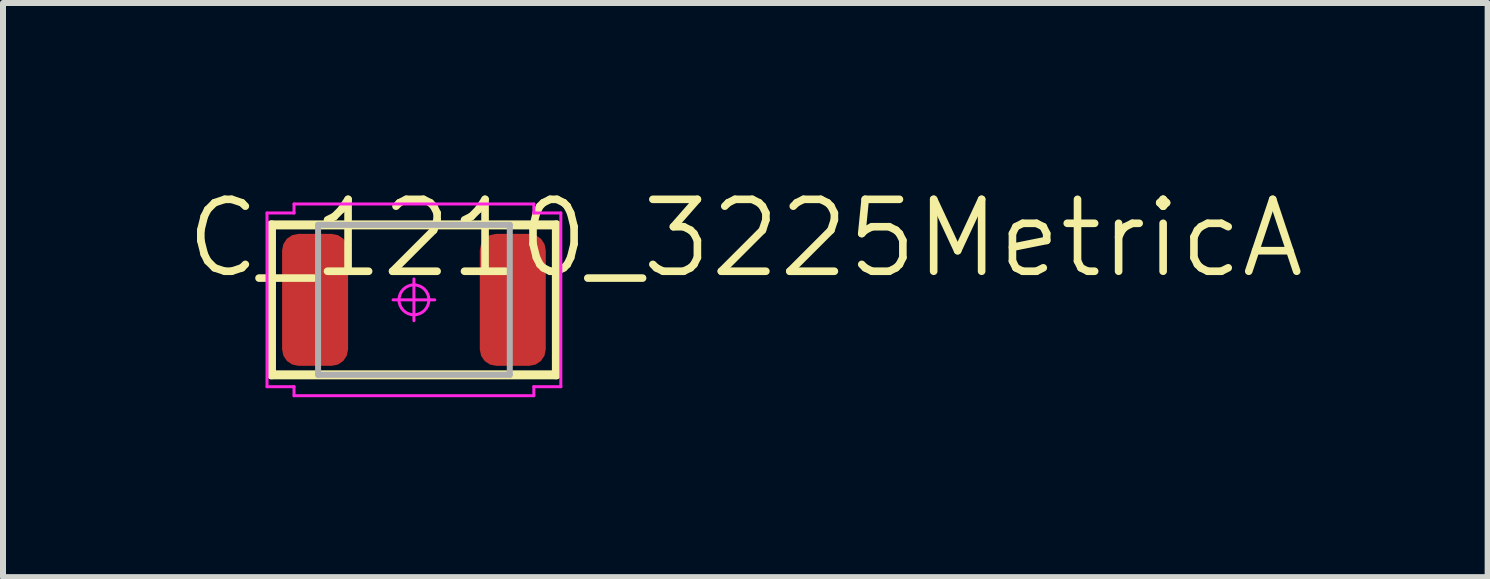
<source format=kicad_pcb>
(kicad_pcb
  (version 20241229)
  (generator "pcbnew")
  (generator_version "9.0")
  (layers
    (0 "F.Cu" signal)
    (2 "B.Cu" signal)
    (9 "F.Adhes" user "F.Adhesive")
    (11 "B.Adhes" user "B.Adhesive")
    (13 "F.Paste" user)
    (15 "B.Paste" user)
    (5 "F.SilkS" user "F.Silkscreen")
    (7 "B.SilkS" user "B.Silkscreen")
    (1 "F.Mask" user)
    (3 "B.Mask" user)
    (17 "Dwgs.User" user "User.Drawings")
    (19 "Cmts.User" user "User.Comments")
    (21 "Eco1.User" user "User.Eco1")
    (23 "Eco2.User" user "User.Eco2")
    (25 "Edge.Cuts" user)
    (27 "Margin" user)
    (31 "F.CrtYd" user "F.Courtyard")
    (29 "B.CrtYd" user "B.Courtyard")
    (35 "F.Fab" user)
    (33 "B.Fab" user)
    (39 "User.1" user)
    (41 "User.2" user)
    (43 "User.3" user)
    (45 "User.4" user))
  (footprint "C_1210_3225MetricA"
    (layer "F.Cu")
    (at 3.851 1.949)
    (property "Reference" "C_1210_3225MetricA" (at 5.525 -1.025 0) (layer "F.SilkS") (effects (font (size 1.199 1.199) (thickness 0.127))))
    (attr smd)
    (fp_line (start -2.375 -1.25) (end -2.375 1.25) (stroke (width 0.15) (type solid)) (layer "F.SilkS"))
    (fp_line (start -2.375 -1.25) (end 2.375 -1.25) (stroke (width 0.15) (type solid)) (layer "F.SilkS"))
    (fp_line (start 2.375 1.25) (end -2.375 1.25) (stroke (width 0.15) (type solid)) (layer "F.SilkS"))
    (fp_line (start 2.375 1.25) (end 2.375 -1.25) (stroke (width 0.15) (type solid)) (layer "F.SilkS"))
    (fp_line (start -2.449 -1.448) (end -2.449 1.448) (stroke (width 0.05) (type solid)) (layer "F.CrtYd"))
    (fp_line (start -2.449 1.448) (end -1.999 1.448) (stroke (width 0.05) (type solid)) (layer "F.CrtYd"))
    (fp_line (start -1.999 -1.598) (end -1.999 -1.448) (stroke (width 0.05) (type solid)) (layer "F.CrtYd"))
    (fp_line (start -1.999 -1.448) (end -2.449 -1.448) (stroke (width 0.05) (type solid)) (layer "F.CrtYd"))
    (fp_line (start -1.999 1.448) (end -1.999 1.598) (stroke (width 0.05) (type solid)) (layer "F.CrtYd"))
    (fp_line (start -1.999 1.598) (end 1.999 1.598) (stroke (width 0.05) (type solid)) (layer "F.CrtYd"))
    (fp_line (start 0 -0.348) (end 0 0.348) (stroke (width 0.05) (type solid)) (layer "F.CrtYd"))
    (fp_line (start 0.348 0) (end -0.348 0) (stroke (width 0.05) (type solid)) (layer "F.CrtYd"))
    (fp_line (start 1.999 -1.598) (end -1.999 -1.598) (stroke (width 0.05) (type solid)) (layer "F.CrtYd"))
    (fp_line (start 1.999 -1.448) (end 1.999 -1.598) (stroke (width 0.05) (type solid)) (layer "F.CrtYd"))
    (fp_line (start 1.999 1.448) (end 2.449 1.448) (stroke (width 0.05) (type solid)) (layer "F.CrtYd"))
    (fp_line (start 1.999 1.598) (end 1.999 1.448) (stroke (width 0.05) (type solid)) (layer "F.CrtYd"))
    (fp_line (start 2.449 -1.448) (end 1.999 -1.448) (stroke (width 0.05) (type solid)) (layer "F.CrtYd"))
    (fp_line (start 2.449 1.448) (end 2.449 -1.448) (stroke (width 0.05) (type solid)) (layer "F.CrtYd"))
    (fp_circle (center 0 0) (end 0.249 0) (stroke (width 0.05) (type solid)) (fill no) (layer "F.CrtYd"))
    (fp_line (start -1.598 -1.25) (end 1.598 -1.25) (stroke (width 0.1) (type solid)) (layer "F.Fab"))
    (fp_line (start -1.598 1.25) (end -1.598 -1.25) (stroke (width 0.1) (type solid)) (layer "F.Fab"))
    (fp_line (start 1.598 -1.25) (end 1.598 1.25) (stroke (width 0.1) (type solid)) (layer "F.Fab"))
    (fp_line (start 1.598 1.25) (end -1.598 1.25) (stroke (width 0.1) (type solid)) (layer "F.Fab"))
    (pad "1" smd roundrect (at -1.648 0 180) (size 1.1 2.2) (layers "F.Cu" "F.Mask" "F.Paste") (roundrect_rratio 0.25))
    (pad "2" smd roundrect (at 1.648 0) (size 1.1 2.2) (layers "F.Cu" "F.Mask" "F.Paste") (roundrect_rratio 0.25)))
  (gr_rect
    (start -3 -3)
    (end 21.752 6.572)
    (stroke (width 0.1) (type default))
    (fill no)
    (layer "Edge.Cuts")))
</source>
